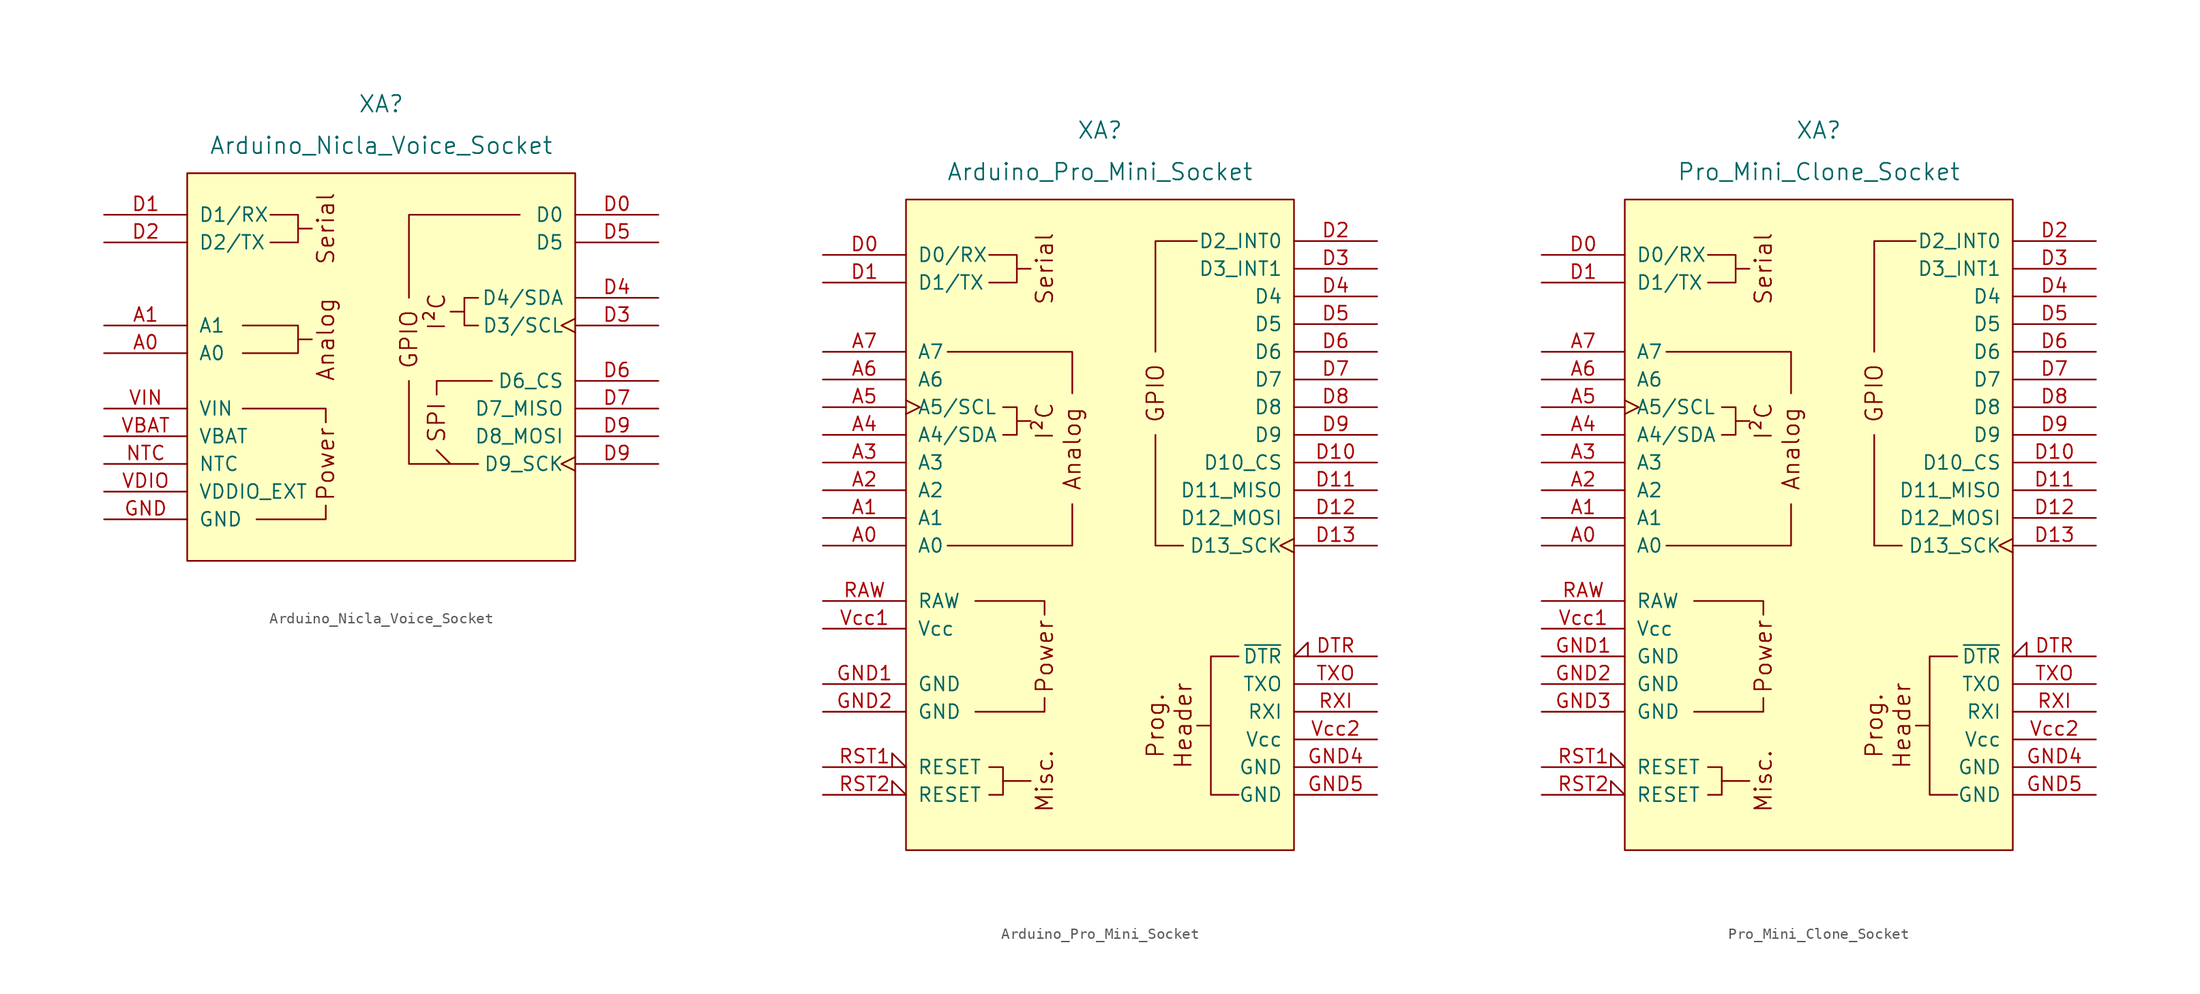
<source format=kicad_sym>
(kicad_symbol_lib
  (version 20211014)
  (generator kicad_symbol_editor)
  (symbol "Arduino_Nicla_Voice_Socket"
    (pin_names
      (offset 1.016))
    (property "Reference" "XA"
      (at 0 33.02 0)
      (effects (font (size 1.524 1.524))))
    (property "Value" "Arduino_Nicla_Voice_Socket"
      (at 0 29.21 0)
      (effects (font (size 1.524 1.524))))
    (symbol "Arduino_Nicla_Voice_Socket_0_0"
      (rectangle (start -17.78 26.67) (end 17.78 -8.89) (stroke (width 0) (type default) (color 0 0 0 0)) (fill (type background)))
      (polyline (pts (xy -7.62 11.43) (xy -6.35 11.43)) (stroke (width 0) (type default) (color 0 0 0 0)) (fill (type none)))
      (polyline (pts (xy -7.62 21.59) (xy -6.35 21.59)) (stroke (width 0) (type default) (color 0 0 0 0)) (fill (type none)))
      (polyline (pts (xy 7.62 13.97) (xy 6.35 13.97)) (stroke (width 0) (type default) (color 0 0 0 0)) (fill (type none)))
      (polyline (pts (xy -11.43 -5.08) (xy -5.08 -5.08) (xy -5.08 -3.81)) (stroke (width 0) (type default) (color 0 0 0 0)) (fill (type none)))
      (polyline (pts (xy -5.08 3.81) (xy -5.08 5.08) (xy -12.7 5.08)) (stroke (width 0) (type default) (color 0 0 0 0)) (fill (type none)))
      (polyline (pts (xy -10.16 22.86) (xy -7.62 22.86) (xy -7.62 20.32) (xy -10.16 20.32)) (stroke (width 0) (type default) (color 0 0 0 0)) (fill (type none)))
      (polyline (pts (xy 5.08 6.35) (xy 5.08 6.35) (xy 5.08 7.62) (xy 10.16 7.62)) (stroke (width 0) (type default) (color 0 0 0 0)) (fill (type none)))
      (polyline (pts (xy 6.35 0) (xy 6.35 0) (xy 6.35 0) (xy 5.08 1.27)) (stroke (width 0) (type default) (color 0 0 0 0)) (fill (type none)))
      (polyline (pts (xy 8.89 12.7) (xy 7.62 12.7) (xy 7.62 15.24) (xy 8.89 15.24)) (stroke (width 0) (type default) (color 0 0 0 0)) (fill (type none)))
      (text "Analog" (at -5.08 11.43 900) (effects (font (size 1.524 1.524))))
      (text "I²C" (at 5.08 13.97 900) (effects (font (size 1.524 1.524))))
      (text "Power" (at -5.08 0 900) (effects (font (size 1.524 1.524))))
      (text "Serial" (at -5.08 21.59 900) (effects (font (size 1.524 1.524)))))
    (symbol "Arduino_Nicla_Voice_Socket_0_1"
      (polyline (pts (xy -12.7 10.16) (xy -7.62 10.16) (xy -7.62 11.43)) (stroke (width 0) (type default) (color 0 0 0 0)) (fill (type none)))
      (polyline (pts (xy -12.7 12.7) (xy -7.62 12.7) (xy -7.62 11.43)) (stroke (width 0) (type default) (color 0 0 0 0)) (fill (type none)))
      (polyline (pts (xy 8.89 0) (xy 2.54 0) (xy 2.54 7.62)) (stroke (width 0) (type default) (color 0 0 0 0)) (fill (type none)))
      (polyline (pts (xy 12.7 22.86) (xy 2.54 22.86) (xy 2.54 15.24)) (stroke (width 0) (type default) (color 0 0 0 0)) (fill (type none))))
    (symbol "Arduino_Nicla_Voice_Socket_1_0"
      (text "GPIO" (at 2.54 11.43 900) (effects (font (size 1.524 1.524))))
      (text "SPI" (at 5.08 3.81 900) (effects (font (size 1.524 1.524)))))
    (symbol "Arduino_Nicla_Voice_Socket_1_1"
      (pin bidirectional line (at -25.4 10.16 0) (length 7.62) (name "A0" (effects (font (size 1.27 1.27)))) (number "A0" (effects (font (size 1.27 1.27)))))
      (pin bidirectional line (at -25.4 12.7 0) (length 7.62) (name "A1" (effects (font (size 1.27 1.27)))) (number "A1" (effects (font (size 1.27 1.27)))))
      (pin bidirectional line (at 25.4 22.86 180) (length 7.62) (name "D0" (effects (font (size 1.27 1.27)))) (number "D0" (effects (font (size 1.27 1.27)))))
      (pin bidirectional line (at -25.4 22.86 0) (length 7.62) (name "D1/RX" (effects (font (size 1.27 1.27)))) (number "D1" (effects (font (size 1.27 1.27)))))
      (pin bidirectional line (at -25.4 20.32 0) (length 7.62) (name "D2/TX" (effects (font (size 1.27 1.27)))) (number "D2" (effects (font (size 1.27 1.27)))))
      (pin bidirectional clock (at 25.4 12.7 180) (length 7.62) (name "D3/SCL" (effects (font (size 1.27 1.27)))) (number "D3" (effects (font (size 1.27 1.27)))))
      (pin bidirectional line (at 25.4 15.24 180) (length 7.62) (name "D4/SDA" (effects (font (size 1.27 1.27)))) (number "D4" (effects (font (size 1.27 1.27)))))
      (pin bidirectional line (at 25.4 20.32 180) (length 7.62) (name "D5" (effects (font (size 1.27 1.27)))) (number "D5" (effects (font (size 1.27 1.27)))))
      (pin bidirectional line (at 25.4 7.62 180) (length 7.62) (name "D6_CS" (effects (font (size 1.27 1.27)))) (number "D6" (effects (font (size 1.27 1.27)))))
      (pin bidirectional line (at 25.4 5.08 180) (length 7.62) (name "D7_MISO" (effects (font (size 1.27 1.27)))) (number "D7" (effects (font (size 1.27 1.27)))))
      (pin bidirectional line (at 25.4 2.54 180) (length 7.62) (name "D8_MOSI" (effects (font (size 1.27 1.27)))) (number "D9" (effects (font (size 1.27 1.27)))))
      (pin bidirectional clock (at 25.4 0 180) (length 7.62) (name "D9_SCK" (effects (font (size 1.27 1.27)))) (number "D9" (effects (font (size 1.27 1.27)))))
      (pin power_in line (at -25.4 -5.08 0) (length 7.62) (name "GND" (effects (font (size 1.27 1.27)))) (number "GND" (effects (font (size 1.27 1.27)))))
      (pin input line (at -25.4 0 0) (length 7.62) (name "NTC" (effects (font (size 1.27 1.27)))) (number "NTC" (effects (font (size 1.27 1.27)))))
      (pin power_in line (at -25.4 2.54 0) (length 7.62) (name "VBAT" (effects (font (size 1.27 1.27)))) (number "VBAT" (effects (font (size 1.27 1.27)))))
      (pin power_out line (at -25.4 -2.54 0) (length 7.62) (name "VDDIO_EXT" (effects (font (size 1.27 1.27)))) (number "VDIO" (effects (font (size 1.27 1.27)))))
      (pin power_in line (at -25.4 5.08 0) (length 7.62) (name "VIN" (effects (font (size 1.27 1.27)))) (number "VIN" (effects (font (size 1.27 1.27)))))))
  (symbol "Arduino_Pro_Mini_Socket"
    (pin_names
      (offset 1.016))
    (property "Reference" "XA"
      (at 0 36.83 0)
      (effects (font (size 1.524 1.524))))
    (property "Value" "Arduino_Pro_Mini_Socket"
      (at 0 33.02 0)
      (effects (font (size 1.524 1.524))))
    (symbol "Arduino_Pro_Mini_Socket_0_0"
      (rectangle (start -17.78 30.48) (end 17.78 -29.21) (stroke (width 0) (type default) (color 0 0 0 0)) (fill (type background)))
      (polyline (pts (xy -7.62 10.16) (xy -6.35 10.16)) (stroke (width 0) (type default) (color 0 0 0 0)) (fill (type none)))
      (polyline (pts (xy -7.62 24.13) (xy -6.35 24.13)) (stroke (width 0) (type default) (color 0 0 0 0)) (fill (type none)))
      (polyline (pts (xy -6.35 -22.86) (xy -8.89 -22.86)) (stroke (width 0) (type default) (color 0 0 0 0)) (fill (type none)))
      (polyline (pts (xy -11.43 -16.51) (xy -5.08 -16.51) (xy -5.08 -15.24)) (stroke (width 0) (type default) (color 0 0 0 0)) (fill (type none)))
      (polyline (pts (xy -5.08 -7.62) (xy -5.08 -6.35) (xy -11.43 -6.35)) (stroke (width 0) (type default) (color 0 0 0 0)) (fill (type none)))
      (polyline (pts (xy -2.54 2.54) (xy -2.54 -1.27) (xy -13.97 -1.27)) (stroke (width 0) (type default) (color 0 0 0 0)) (fill (type none)))
      (polyline (pts (xy -2.54 12.7) (xy -2.54 16.51) (xy -13.97 16.51)) (stroke (width 0) (type default) (color 0 0 0 0)) (fill (type none)))
      (polyline (pts (xy -10.16 25.4) (xy -7.62 25.4) (xy -7.62 22.86) (xy -10.16 22.86)) (stroke (width 0) (type default) (color 0 0 0 0)) (fill (type none)))
      (polyline (pts (xy -8.89 11.43) (xy -7.62 11.43) (xy -7.62 8.89) (xy -8.89 8.89)) (stroke (width 0) (type default) (color 0 0 0 0)) (fill (type none)))
      (polyline (pts (xy 12.7 -11.43) (xy 10.16 -11.43) (xy 10.16 -16.51) (xy 10.16 -17.78) (xy 8.89 -17.78) (xy 10.16 -17.78) (xy 10.16 -24.13) (xy 12.7 -24.13)) (stroke (width 0) (type default) (color 0 0 0 0)) (fill (type none)))
      (text "Analog" (at -2.54 7.62 900) (effects (font (size 1.524 1.524))))
      (text "Header" (at 7.62 -17.78 900) (effects (font (size 1.524 1.524))))
      (text "I²C" (at -5.08 10.16 900) (effects (font (size 1.524 1.524))))
      (text "Misc." (at -5.08 -22.86 900) (effects (font (size 1.524 1.524))))
      (text "Power" (at -5.08 -11.43 900) (effects (font (size 1.524 1.524))))
      (text "Prog." (at 5.08 -17.78 900) (effects (font (size 1.524 1.524))))
      (text "Serial" (at -5.08 24.13 900) (effects (font (size 1.524 1.524)))))
    (symbol "Arduino_Pro_Mini_Socket_0_1"
      (polyline (pts (xy 7.62 -1.27) (xy 5.08 -1.27) (xy 5.08 8.89)) (stroke (width 0) (type default) (color 0 0 0 0)) (fill (type none)))
      (polyline (pts (xy 8.89 26.67) (xy 5.08 26.67) (xy 5.08 16.51)) (stroke (width 0) (type default) (color 0 0 0 0)) (fill (type none)))
      (polyline (pts (xy -10.16 -24.13) (xy -8.89 -24.13) (xy -8.89 -21.59) (xy -10.16 -21.59)) (stroke (width 0) (type default) (color 0 0 0 0)) (fill (type none))))
    (symbol "Arduino_Pro_Mini_Socket_1_0"
      (text "GPIO" (at 5.08 12.7 900) (effects (font (size 1.524 1.524)))))
    (symbol "Arduino_Pro_Mini_Socket_1_1"
      (pin bidirectional line (at -25.4 -1.27 0) (length 7.62) (name "A0" (effects (font (size 1.27 1.27)))) (number "A0" (effects (font (size 1.27 1.27)))))
      (pin bidirectional line (at -25.4 1.27 0) (length 7.62) (name "A1" (effects (font (size 1.27 1.27)))) (number "A1" (effects (font (size 1.27 1.27)))))
      (pin bidirectional line (at -25.4 3.81 0) (length 7.62) (name "A2" (effects (font (size 1.27 1.27)))) (number "A2" (effects (font (size 1.27 1.27)))))
      (pin bidirectional line (at -25.4 6.35 0) (length 7.62) (name "A3" (effects (font (size 1.27 1.27)))) (number "A3" (effects (font (size 1.27 1.27)))))
      (pin bidirectional line (at -25.4 8.89 0) (length 7.62) (name "A4/SDA" (effects (font (size 1.27 1.27)))) (number "A4" (effects (font (size 1.27 1.27)))))
      (pin bidirectional clock (at -25.4 11.43 0) (length 7.62) (name "A5/SCL" (effects (font (size 1.27 1.27)))) (number "A5" (effects (font (size 1.27 1.27)))))
      (pin input line (at -25.4 13.97 0) (length 7.62) (name "A6" (effects (font (size 1.27 1.27)))) (number "A6" (effects (font (size 1.27 1.27)))))
      (pin input line (at -25.4 16.51 0) (length 7.62) (name "A7" (effects (font (size 1.27 1.27)))) (number "A7" (effects (font (size 1.27 1.27)))))
      (pin bidirectional line (at -25.4 25.4 0) (length 7.62) (name "D0/RX" (effects (font (size 1.27 1.27)))) (number "D0" (effects (font (size 1.27 1.27)))))
      (pin bidirectional line (at -25.4 22.86 0) (length 7.62) (name "D1/TX" (effects (font (size 1.27 1.27)))) (number "D1" (effects (font (size 1.27 1.27)))))
      (pin bidirectional line (at 25.4 6.35 180) (length 7.62) (name "D10_CS" (effects (font (size 1.27 1.27)))) (number "D10" (effects (font (size 1.27 1.27)))))
      (pin bidirectional line (at 25.4 3.81 180) (length 7.62) (name "D11_MISO" (effects (font (size 1.27 1.27)))) (number "D11" (effects (font (size 1.27 1.27)))))
      (pin bidirectional line (at 25.4 1.27 180) (length 7.62) (name "D12_MOSI" (effects (font (size 1.27 1.27)))) (number "D12" (effects (font (size 1.27 1.27)))))
      (pin bidirectional clock (at 25.4 -1.27 180) (length 7.62) (name "D13_SCK" (effects (font (size 1.27 1.27)))) (number "D13" (effects (font (size 1.27 1.27)))))
      (pin bidirectional line (at 25.4 26.67 180) (length 7.62) (name "D2_INT0" (effects (font (size 1.27 1.27)))) (number "D2" (effects (font (size 1.27 1.27)))))
      (pin bidirectional line (at 25.4 24.13 180) (length 7.62) (name "D3_INT1" (effects (font (size 1.27 1.27)))) (number "D3" (effects (font (size 1.27 1.27)))))
      (pin bidirectional line (at 25.4 21.59 180) (length 7.62) (name "D4" (effects (font (size 1.27 1.27)))) (number "D4" (effects (font (size 1.27 1.27)))))
      (pin bidirectional line (at 25.4 19.05 180) (length 7.62) (name "D5" (effects (font (size 1.27 1.27)))) (number "D5" (effects (font (size 1.27 1.27)))))
      (pin bidirectional line (at 25.4 16.51 180) (length 7.62) (name "D6" (effects (font (size 1.27 1.27)))) (number "D6" (effects (font (size 1.27 1.27)))))
      (pin bidirectional line (at 25.4 13.97 180) (length 7.62) (name "D7" (effects (font (size 1.27 1.27)))) (number "D7" (effects (font (size 1.27 1.27)))))
      (pin bidirectional line (at 25.4 11.43 180) (length 7.62) (name "D8" (effects (font (size 1.27 1.27)))) (number "D8" (effects (font (size 1.27 1.27)))))
      (pin bidirectional line (at 25.4 8.89 180) (length 7.62) (name "D9" (effects (font (size 1.27 1.27)))) (number "D9" (effects (font (size 1.27 1.27)))))
      (pin input input_low (at 25.4 -11.43 180) (length 7.62) (name "~{DTR}" (effects (font (size 1.27 1.27)))) (number "DTR" (effects (font (size 1.27 1.27)))))
      (pin power_in line (at -25.4 -13.97 0) (length 7.62) (name "GND" (effects (font (size 1.27 1.27)))) (number "GND1" (effects (font (size 1.27 1.27)))))
      (pin power_in line (at -25.4 -16.51 0) (length 7.62) (name "GND" (effects (font (size 1.27 1.27)))) (number "GND2" (effects (font (size 1.27 1.27)))))
      (pin power_in line (at 25.4 -21.59 180) (length 7.62) (name "GND" (effects (font (size 1.27 1.27)))) (number "GND4" (effects (font (size 1.27 1.27)))))
      (pin power_in line (at 25.4 -24.13 180) (length 7.62) (name "GND" (effects (font (size 1.27 1.27)))) (number "GND5" (effects (font (size 1.27 1.27)))))
      (pin power_in line (at -25.4 -6.35 0) (length 7.62) (name "RAW" (effects (font (size 1.27 1.27)))) (number "RAW" (effects (font (size 1.27 1.27)))))
      (pin open_collector input_low (at -25.4 -21.59 0) (length 7.62) (name "RESET" (effects (font (size 1.27 1.27)))) (number "RST1" (effects (font (size 1.27 1.27)))))
      (pin open_collector input_low (at -25.4 -24.13 0) (length 7.62) (name "RESET" (effects (font (size 1.27 1.27)))) (number "RST2" (effects (font (size 1.27 1.27)))))
      (pin input line (at 25.4 -16.51 180) (length 7.62) (name "RXI" (effects (font (size 1.27 1.27)))) (number "RXI" (effects (font (size 1.27 1.27)))))
      (pin output line (at 25.4 -13.97 180) (length 7.62) (name "TXO" (effects (font (size 1.27 1.27)))) (number "TXO" (effects (font (size 1.27 1.27)))))
      (pin power_in line (at -25.4 -8.89 0) (length 7.62) (name "Vcc" (effects (font (size 1.27 1.27)))) (number "Vcc1" (effects (font (size 1.27 1.27)))))
      (pin power_in line (at 25.4 -19.05 180) (length 7.62) (name "Vcc" (effects (font (size 1.27 1.27)))) (number "Vcc2" (effects (font (size 1.27 1.27)))))))
  (symbol "Pro_Mini_Clone_Socket"
    (pin_names
      (offset 1.016))
    (property "Reference" "XA"
      (at 0 36.83 0)
      (effects (font (size 1.524 1.524))))
    (property "Value" "Pro_Mini_Clone_Socket"
      (at 0 33.02 0)
      (effects (font (size 1.524 1.524))))
    (symbol "Pro_Mini_Clone_Socket_0_0"
      (rectangle (start -17.78 30.48) (end 17.78 -29.21) (stroke (width 0) (type default) (color 0 0 0 0)) (fill (type background)))
      (polyline (pts (xy -7.62 10.16) (xy -6.35 10.16)) (stroke (width 0) (type default) (color 0 0 0 0)) (fill (type none)))
      (polyline (pts (xy -7.62 24.13) (xy -6.35 24.13)) (stroke (width 0) (type default) (color 0 0 0 0)) (fill (type none)))
      (polyline (pts (xy -6.35 -22.86) (xy -8.89 -22.86)) (stroke (width 0) (type default) (color 0 0 0 0)) (fill (type none)))
      (polyline (pts (xy -11.43 -16.51) (xy -5.08 -16.51) (xy -5.08 -15.24)) (stroke (width 0) (type default) (color 0 0 0 0)) (fill (type none)))
      (polyline (pts (xy -5.08 -7.62) (xy -5.08 -6.35) (xy -11.43 -6.35)) (stroke (width 0) (type default) (color 0 0 0 0)) (fill (type none)))
      (polyline (pts (xy -2.54 2.54) (xy -2.54 -1.27) (xy -13.97 -1.27)) (stroke (width 0) (type default) (color 0 0 0 0)) (fill (type none)))
      (polyline (pts (xy -2.54 12.7) (xy -2.54 16.51) (xy -13.97 16.51)) (stroke (width 0) (type default) (color 0 0 0 0)) (fill (type none)))
      (polyline (pts (xy -10.16 25.4) (xy -7.62 25.4) (xy -7.62 22.86) (xy -10.16 22.86)) (stroke (width 0) (type default) (color 0 0 0 0)) (fill (type none)))
      (polyline (pts (xy -8.89 11.43) (xy -7.62 11.43) (xy -7.62 8.89) (xy -8.89 8.89)) (stroke (width 0) (type default) (color 0 0 0 0)) (fill (type none)))
      (polyline (pts (xy 12.7 -11.43) (xy 10.16 -11.43) (xy 10.16 -16.51) (xy 10.16 -17.78) (xy 8.89 -17.78) (xy 10.16 -17.78) (xy 10.16 -24.13) (xy 12.7 -24.13)) (stroke (width 0) (type default) (color 0 0 0 0)) (fill (type none)))
      (text "Analog" (at -2.54 7.62 900) (effects (font (size 1.524 1.524))))
      (text "Header" (at 7.62 -17.78 900) (effects (font (size 1.524 1.524))))
      (text "I²C" (at -5.08 10.16 900) (effects (font (size 1.524 1.524))))
      (text "Misc." (at -5.08 -22.86 900) (effects (font (size 1.524 1.524))))
      (text "Power" (at -5.08 -11.43 900) (effects (font (size 1.524 1.524))))
      (text "Prog." (at 5.08 -17.78 900) (effects (font (size 1.524 1.524))))
      (text "Serial" (at -5.08 24.13 900) (effects (font (size 1.524 1.524)))))
    (symbol "Pro_Mini_Clone_Socket_0_1"
      (polyline (pts (xy 7.62 -1.27) (xy 5.08 -1.27) (xy 5.08 8.89)) (stroke (width 0) (type default) (color 0 0 0 0)) (fill (type none)))
      (polyline (pts (xy 8.89 26.67) (xy 5.08 26.67) (xy 5.08 16.51)) (stroke (width 0) (type default) (color 0 0 0 0)) (fill (type none)))
      (polyline (pts (xy -10.16 -24.13) (xy -8.89 -24.13) (xy -8.89 -21.59) (xy -10.16 -21.59)) (stroke (width 0) (type default) (color 0 0 0 0)) (fill (type none))))
    (symbol "Pro_Mini_Clone_Socket_1_0"
      (text "GPIO" (at 5.08 12.7 900) (effects (font (size 1.524 1.524)))))
    (symbol "Pro_Mini_Clone_Socket_1_1"
      (pin bidirectional line (at -25.4 -1.27 0) (length 7.62) (name "A0" (effects (font (size 1.27 1.27)))) (number "A0" (effects (font (size 1.27 1.27)))))
      (pin bidirectional line (at -25.4 1.27 0) (length 7.62) (name "A1" (effects (font (size 1.27 1.27)))) (number "A1" (effects (font (size 1.27 1.27)))))
      (pin bidirectional line (at -25.4 3.81 0) (length 7.62) (name "A2" (effects (font (size 1.27 1.27)))) (number "A2" (effects (font (size 1.27 1.27)))))
      (pin bidirectional line (at -25.4 6.35 0) (length 7.62) (name "A3" (effects (font (size 1.27 1.27)))) (number "A3" (effects (font (size 1.27 1.27)))))
      (pin bidirectional line (at -25.4 8.89 0) (length 7.62) (name "A4/SDA" (effects (font (size 1.27 1.27)))) (number "A4" (effects (font (size 1.27 1.27)))))
      (pin bidirectional clock (at -25.4 11.43 0) (length 7.62) (name "A5/SCL" (effects (font (size 1.27 1.27)))) (number "A5" (effects (font (size 1.27 1.27)))))
      (pin input line (at -25.4 13.97 0) (length 7.62) (name "A6" (effects (font (size 1.27 1.27)))) (number "A6" (effects (font (size 1.27 1.27)))))
      (pin input line (at -25.4 16.51 0) (length 7.62) (name "A7" (effects (font (size 1.27 1.27)))) (number "A7" (effects (font (size 1.27 1.27)))))
      (pin bidirectional line (at -25.4 25.4 0) (length 7.62) (name "D0/RX" (effects (font (size 1.27 1.27)))) (number "D0" (effects (font (size 1.27 1.27)))))
      (pin bidirectional line (at -25.4 22.86 0) (length 7.62) (name "D1/TX" (effects (font (size 1.27 1.27)))) (number "D1" (effects (font (size 1.27 1.27)))))
      (pin bidirectional line (at 25.4 6.35 180) (length 7.62) (name "D10_CS" (effects (font (size 1.27 1.27)))) (number "D10" (effects (font (size 1.27 1.27)))))
      (pin bidirectional line (at 25.4 3.81 180) (length 7.62) (name "D11_MISO" (effects (font (size 1.27 1.27)))) (number "D11" (effects (font (size 1.27 1.27)))))
      (pin bidirectional line (at 25.4 1.27 180) (length 7.62) (name "D12_MOSI" (effects (font (size 1.27 1.27)))) (number "D12" (effects (font (size 1.27 1.27)))))
      (pin bidirectional clock (at 25.4 -1.27 180) (length 7.62) (name "D13_SCK" (effects (font (size 1.27 1.27)))) (number "D13" (effects (font (size 1.27 1.27)))))
      (pin bidirectional line (at 25.4 26.67 180) (length 7.62) (name "D2_INT0" (effects (font (size 1.27 1.27)))) (number "D2" (effects (font (size 1.27 1.27)))))
      (pin bidirectional line (at 25.4 24.13 180) (length 7.62) (name "D3_INT1" (effects (font (size 1.27 1.27)))) (number "D3" (effects (font (size 1.27 1.27)))))
      (pin bidirectional line (at 25.4 21.59 180) (length 7.62) (name "D4" (effects (font (size 1.27 1.27)))) (number "D4" (effects (font (size 1.27 1.27)))))
      (pin bidirectional line (at 25.4 19.05 180) (length 7.62) (name "D5" (effects (font (size 1.27 1.27)))) (number "D5" (effects (font (size 1.27 1.27)))))
      (pin bidirectional line (at 25.4 16.51 180) (length 7.62) (name "D6" (effects (font (size 1.27 1.27)))) (number "D6" (effects (font (size 1.27 1.27)))))
      (pin bidirectional line (at 25.4 13.97 180) (length 7.62) (name "D7" (effects (font (size 1.27 1.27)))) (number "D7" (effects (font (size 1.27 1.27)))))
      (pin bidirectional line (at 25.4 11.43 180) (length 7.62) (name "D8" (effects (font (size 1.27 1.27)))) (number "D8" (effects (font (size 1.27 1.27)))))
      (pin bidirectional line (at 25.4 8.89 180) (length 7.62) (name "D9" (effects (font (size 1.27 1.27)))) (number "D9" (effects (font (size 1.27 1.27)))))
      (pin input input_low (at 25.4 -11.43 180) (length 7.62) (name "~{DTR}" (effects (font (size 1.27 1.27)))) (number "DTR" (effects (font (size 1.27 1.27)))))
      (pin power_in line (at -25.4 -11.43 0) (length 7.62) (name "GND" (effects (font (size 1.27 1.27)))) (number "GND1" (effects (font (size 1.27 1.27)))))
      (pin power_in line (at -25.4 -13.97 0) (length 7.62) (name "GND" (effects (font (size 1.27 1.27)))) (number "GND2" (effects (font (size 1.27 1.27)))))
      (pin power_in line (at -25.4 -16.51 0) (length 7.62) (name "GND" (effects (font (size 1.27 1.27)))) (number "GND3" (effects (font (size 1.27 1.27)))))
      (pin power_in line (at 25.4 -21.59 180) (length 7.62) (name "GND" (effects (font (size 1.27 1.27)))) (number "GND4" (effects (font (size 1.27 1.27)))))
      (pin power_in line (at 25.4 -24.13 180) (length 7.62) (name "GND" (effects (font (size 1.27 1.27)))) (number "GND5" (effects (font (size 1.27 1.27)))))
      (pin power_in line (at -25.4 -6.35 0) (length 7.62) (name "RAW" (effects (font (size 1.27 1.27)))) (number "RAW" (effects (font (size 1.27 1.27)))))
      (pin open_collector input_low (at -25.4 -21.59 0) (length 7.62) (name "RESET" (effects (font (size 1.27 1.27)))) (number "RST1" (effects (font (size 1.27 1.27)))))
      (pin open_collector input_low (at -25.4 -24.13 0) (length 7.62) (name "RESET" (effects (font (size 1.27 1.27)))) (number "RST2" (effects (font (size 1.27 1.27)))))
      (pin input line (at 25.4 -16.51 180) (length 7.62) (name "RXI" (effects (font (size 1.27 1.27)))) (number "RXI" (effects (font (size 1.27 1.27)))))
      (pin output line (at 25.4 -13.97 180) (length 7.62) (name "TXO" (effects (font (size 1.27 1.27)))) (number "TXO" (effects (font (size 1.27 1.27)))))
      (pin power_in line (at -25.4 -8.89 0) (length 7.62) (name "Vcc" (effects (font (size 1.27 1.27)))) (number "Vcc1" (effects (font (size 1.27 1.27)))))
      (pin power_in line (at 25.4 -19.05 180) (length 7.62) (name "Vcc" (effects (font (size 1.27 1.27)))) (number "Vcc2" (effects (font (size 1.27 1.27))))))))
</source>
